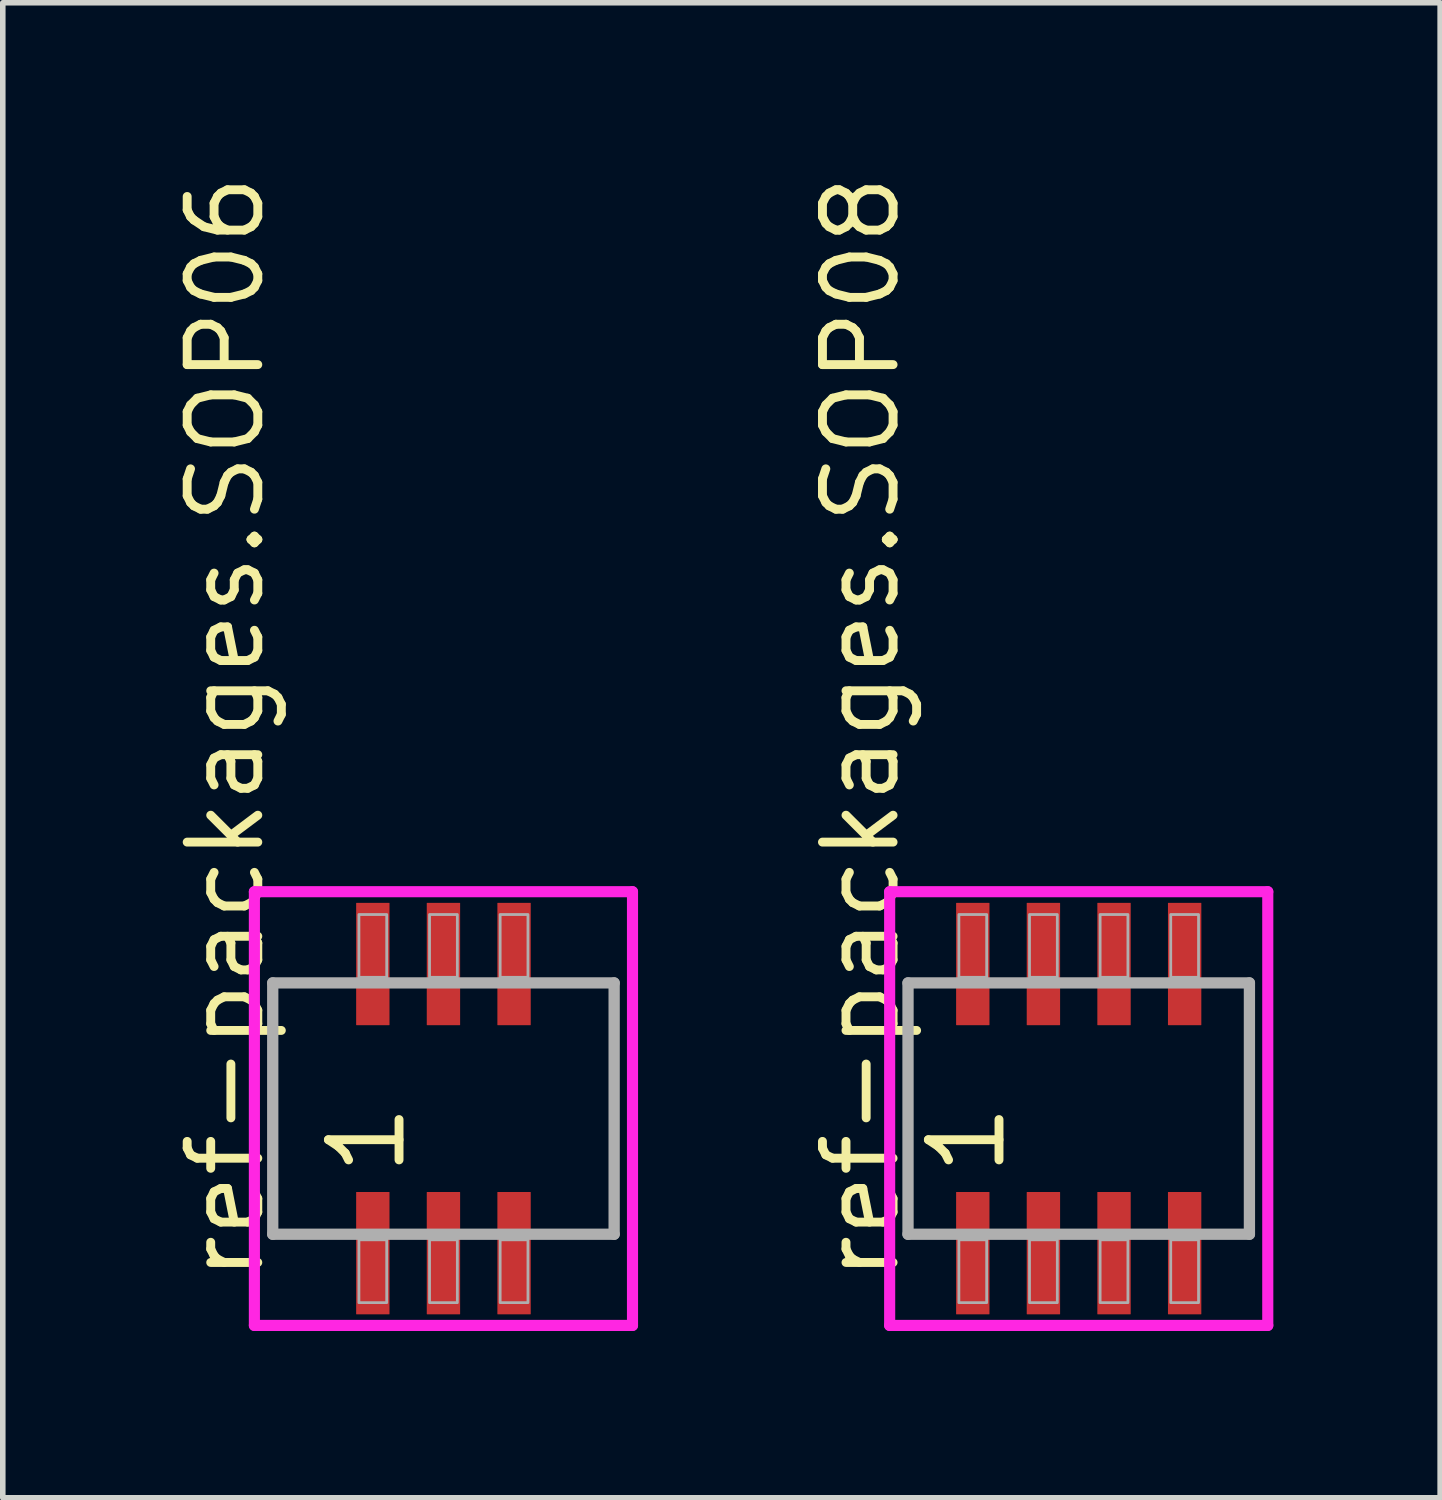
<source format=kicad_pcb>
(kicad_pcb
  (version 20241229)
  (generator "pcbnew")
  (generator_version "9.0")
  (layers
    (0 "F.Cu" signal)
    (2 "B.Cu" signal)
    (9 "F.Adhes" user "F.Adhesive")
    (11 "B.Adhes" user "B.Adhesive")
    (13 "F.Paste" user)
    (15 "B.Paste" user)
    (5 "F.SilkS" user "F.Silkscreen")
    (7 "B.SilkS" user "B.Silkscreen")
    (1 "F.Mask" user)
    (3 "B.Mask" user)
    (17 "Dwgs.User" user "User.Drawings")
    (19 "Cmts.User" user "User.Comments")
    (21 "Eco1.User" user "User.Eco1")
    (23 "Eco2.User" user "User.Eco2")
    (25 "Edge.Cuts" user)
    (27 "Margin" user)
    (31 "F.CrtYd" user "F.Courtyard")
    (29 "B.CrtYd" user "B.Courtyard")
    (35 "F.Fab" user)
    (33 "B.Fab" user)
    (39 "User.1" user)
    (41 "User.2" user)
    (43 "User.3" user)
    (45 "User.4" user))
  (footprint "ref-packages.SOP06"
    (layer "F.Cu")
    (at 4.925 16.887)
    (property "Reference" "ref-packages.SOP06" (at -3.175 3.175 90) (layer "F.SilkS") (effects (font (size 1.27 1.27) (thickness 0.16)) (justify left bottom)))
    (attr smd)
    (fp_line (start -3.4 -3.9) (end 3.4 -3.9) (stroke (width 0.2) (type default)) (layer "F.CrtYd"))
    (fp_line (start -3.4 3.9) (end -3.4 -3.9) (stroke (width 0.2) (type default)) (layer "F.CrtYd"))
    (fp_line (start 3.4 -3.9) (end 3.4 3.9) (stroke (width 0.2) (type default)) (layer "F.CrtYd"))
    (fp_line (start 3.4 3.9) (end -3.4 3.9) (stroke (width 0.2) (type default)) (layer "F.CrtYd"))
    (fp_line (start -3.07 -2.26) (end 3.07 -2.26) (stroke (width 0.203) (type default)) (layer "F.Fab"))
    (fp_line (start -3.07 2.26) (end -3.07 -2.26) (stroke (width 0.203) (type default)) (layer "F.Fab"))
    (fp_line (start 3.07 -2.26) (end 3.07 2.26) (stroke (width 0.203) (type default)) (layer "F.Fab"))
    (fp_line (start 3.07 2.26) (end -3.07 2.26) (stroke (width 0.203) (type default)) (layer "F.Fab"))
    (fp_rect (start -1.52 -2.36) (end -1.02 -3.49) (stroke (width 0.05) (type default)) (fill no) (layer "F.Fab"))
    (fp_rect (start -1.52 3.49) (end -1.02 2.36) (stroke (width 0.05) (type default)) (fill no) (layer "F.Fab"))
    (fp_rect (start -0.25 -2.36) (end 0.25 -3.49) (stroke (width 0.05) (type default)) (fill no) (layer "F.Fab"))
    (fp_rect (start -0.25 3.49) (end 0.25 2.36) (stroke (width 0.05) (type default)) (fill no) (layer "F.Fab"))
    (fp_rect (start 1.02 -2.36) (end 1.52 -3.49) (stroke (width 0.05) (type default)) (fill no) (layer "F.Fab"))
    (fp_rect (start 1.02 3.49) (end 1.52 2.36) (stroke (width 0.05) (type default)) (fill no) (layer "F.Fab"))
    (fp_text user "1" (at -0.635 1.27 90) (layer "F.SilkS") (effects (font (size 1.27 1.27) (thickness 0.16)) (justify left bottom)))
    (pad "1" smd roundrect (at -1.27 2.6) (size 0.6 2.2) (layers "F.Cu" "F.Mask" "F.Paste") (roundrect_rratio 0.01))
    (pad "2" smd roundrect (at 0 2.6) (size 0.6 2.2) (layers "F.Cu" "F.Mask" "F.Paste") (roundrect_rratio 0.01))
    (pad "3" smd roundrect (at 1.27 2.6) (size 0.6 2.2) (layers "F.Cu" "F.Mask" "F.Paste") (roundrect_rratio 0.01))
    (pad "4" smd roundrect (at 1.27 -2.6) (size 0.6 2.2) (layers "F.Cu" "F.Mask" "F.Paste") (roundrect_rratio 0.01))
    (pad "5" smd roundrect (at 0 -2.6) (size 0.6 2.2) (layers "F.Cu" "F.Mask" "F.Paste") (roundrect_rratio 0.01))
    (pad "6" smd roundrect (at -1.27 -2.6) (size 0.6 2.2) (layers "F.Cu" "F.Mask" "F.Paste") (roundrect_rratio 0.01)))
  (footprint "ref-packages.SOP08"
    (layer "F.Cu")
    (at 16.35 16.887)
    (property "Reference" "ref-packages.SOP08" (at -3.175 3.175 90) (layer "F.SilkS") (effects (font (size 1.27 1.27) (thickness 0.16)) (justify left bottom)))
    (attr smd)
    (fp_line (start -3.4 -3.9) (end 3.4 -3.9) (stroke (width 0.2) (type default)) (layer "F.CrtYd"))
    (fp_line (start -3.4 3.9) (end -3.4 -3.9) (stroke (width 0.2) (type default)) (layer "F.CrtYd"))
    (fp_line (start 3.4 -3.9) (end 3.4 3.9) (stroke (width 0.2) (type default)) (layer "F.CrtYd"))
    (fp_line (start 3.4 3.9) (end -3.4 3.9) (stroke (width 0.2) (type default)) (layer "F.CrtYd"))
    (fp_line (start -3.07 -2.26) (end 3.07 -2.26) (stroke (width 0.203) (type default)) (layer "F.Fab"))
    (fp_line (start -3.07 2.26) (end -3.07 -2.26) (stroke (width 0.203) (type default)) (layer "F.Fab"))
    (fp_line (start 3.07 -2.26) (end 3.07 2.26) (stroke (width 0.203) (type default)) (layer "F.Fab"))
    (fp_line (start 3.07 2.26) (end -3.07 2.26) (stroke (width 0.203) (type default)) (layer "F.Fab"))
    (fp_rect (start -2.155 -2.36) (end -1.655 -3.49) (stroke (width 0.05) (type default)) (fill no) (layer "F.Fab"))
    (fp_rect (start -2.155 3.49) (end -1.655 2.36) (stroke (width 0.05) (type default)) (fill no) (layer "F.Fab"))
    (fp_rect (start -0.885 -2.36) (end -0.385 -3.49) (stroke (width 0.05) (type default)) (fill no) (layer "F.Fab"))
    (fp_rect (start -0.885 3.49) (end -0.385 2.36) (stroke (width 0.05) (type default)) (fill no) (layer "F.Fab"))
    (fp_rect (start 0.385 -2.36) (end 0.885 -3.49) (stroke (width 0.05) (type default)) (fill no) (layer "F.Fab"))
    (fp_rect (start 0.385 3.49) (end 0.885 2.36) (stroke (width 0.05) (type default)) (fill no) (layer "F.Fab"))
    (fp_rect (start 1.655 -2.36) (end 2.155 -3.49) (stroke (width 0.05) (type default)) (fill no) (layer "F.Fab"))
    (fp_rect (start 1.655 3.49) (end 2.155 2.36) (stroke (width 0.05) (type default)) (fill no) (layer "F.Fab"))
    (fp_text user "1" (at -1.27 1.27 90) (layer "F.SilkS") (effects (font (size 1.27 1.27) (thickness 0.16)) (justify left bottom)))
    (pad "1" smd roundrect (at -1.905 2.6) (size 0.6 2.2) (layers "F.Cu" "F.Mask" "F.Paste") (roundrect_rratio 0.01))
    (pad "2" smd roundrect (at -0.635 2.6) (size 0.6 2.2) (layers "F.Cu" "F.Mask" "F.Paste") (roundrect_rratio 0.01))
    (pad "3" smd roundrect (at 0.635 2.6) (size 0.6 2.2) (layers "F.Cu" "F.Mask" "F.Paste") (roundrect_rratio 0.01))
    (pad "4" smd roundrect (at 1.905 2.6) (size 0.6 2.2) (layers "F.Cu" "F.Mask" "F.Paste") (roundrect_rratio 0.01))
    (pad "5" smd roundrect (at 1.905 -2.6) (size 0.6 2.2) (layers "F.Cu" "F.Mask" "F.Paste") (roundrect_rratio 0.01))
    (pad "6" smd roundrect (at 0.635 -2.6) (size 0.6 2.2) (layers "F.Cu" "F.Mask" "F.Paste") (roundrect_rratio 0.01))
    (pad "7" smd roundrect (at -0.635 -2.6) (size 0.6 2.2) (layers "F.Cu" "F.Mask" "F.Paste") (roundrect_rratio 0.01))
    (pad "8" smd roundrect (at -1.905 -2.6) (size 0.6 2.2) (layers "F.Cu" "F.Mask" "F.Paste") (roundrect_rratio 0.01)))
  (gr_rect
    (start -3 -3)
    (end 22.85 23.887)
    (stroke (width 0.1) (type default))
    (fill no)
    (layer "Edge.Cuts")))
</source>
